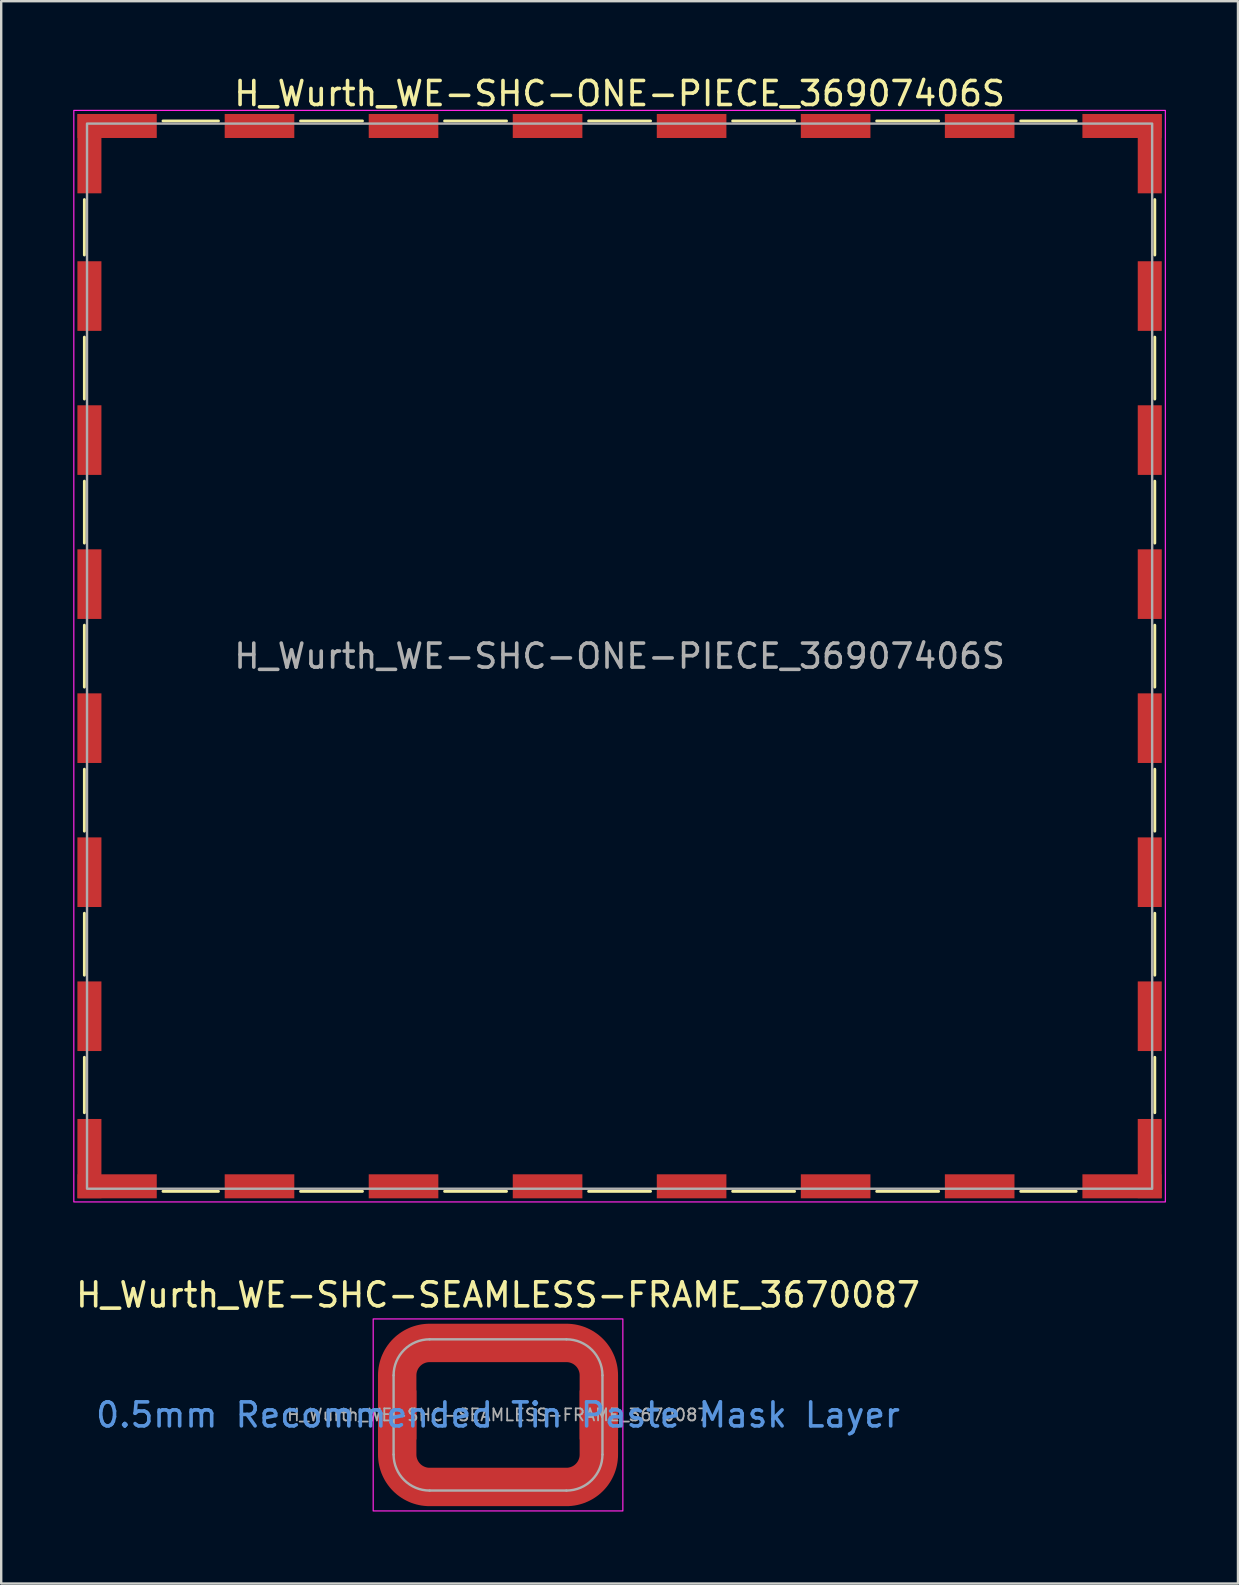
<source format=kicad_pcb>
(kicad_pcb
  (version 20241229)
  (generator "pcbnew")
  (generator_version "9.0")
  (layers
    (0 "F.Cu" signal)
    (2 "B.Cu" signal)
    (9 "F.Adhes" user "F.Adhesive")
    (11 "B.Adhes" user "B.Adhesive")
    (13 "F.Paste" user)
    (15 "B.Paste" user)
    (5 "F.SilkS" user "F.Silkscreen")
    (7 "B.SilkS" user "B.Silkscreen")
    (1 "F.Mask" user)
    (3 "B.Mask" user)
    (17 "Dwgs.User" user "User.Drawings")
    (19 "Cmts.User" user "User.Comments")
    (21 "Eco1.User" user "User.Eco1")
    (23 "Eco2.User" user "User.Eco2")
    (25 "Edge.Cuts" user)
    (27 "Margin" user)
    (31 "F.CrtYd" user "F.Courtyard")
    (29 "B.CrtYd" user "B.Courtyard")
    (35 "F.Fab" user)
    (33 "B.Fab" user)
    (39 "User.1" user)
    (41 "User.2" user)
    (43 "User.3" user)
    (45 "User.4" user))
  (footprint "H_Wurth_WE-SHC-ONE-PIECE_36907406S"
    (layer "F.Cu")
    (at 22.76 24.283)
    (property "Reference" "H_Wurth_WE-SHC-ONE-PIECE_36907406S" (at 0 -23.435 0) (unlocked yes) (layer "F.SilkS") (effects (font (size 1 1) (thickness 0.15))))
    (attr smd)
    (fp_line (start -22.295 -16.71) (end -22.295 -19.02) (stroke (width 0.12) (type default)) (layer "F.SilkS"))
    (fp_line (start -22.295 -10.71) (end -22.295 -13.29) (stroke (width 0.12) (type default)) (layer "F.SilkS"))
    (fp_line (start -22.295 -4.71) (end -22.295 -7.29) (stroke (width 0.12) (type default)) (layer "F.SilkS"))
    (fp_line (start -22.295 1.29) (end -22.295 -1.29) (stroke (width 0.12) (type default)) (layer "F.SilkS"))
    (fp_line (start -22.295 7.29) (end -22.295 4.71) (stroke (width 0.12) (type default)) (layer "F.SilkS"))
    (fp_line (start -22.295 13.29) (end -22.295 10.71) (stroke (width 0.12) (type default)) (layer "F.SilkS"))
    (fp_line (start -22.295 19.02) (end -22.295 16.71) (stroke (width 0.12) (type default)) (layer "F.SilkS"))
    (fp_line (start -19.02 -22.295) (end -16.71 -22.295) (stroke (width 0.12) (type default)) (layer "F.SilkS"))
    (fp_line (start -19.02 22.295) (end -16.71 22.295) (stroke (width 0.12) (type default)) (layer "F.SilkS"))
    (fp_line (start -13.29 -22.295) (end -10.71 -22.295) (stroke (width 0.12) (type default)) (layer "F.SilkS"))
    (fp_line (start -13.29 22.295) (end -10.71 22.295) (stroke (width 0.12) (type default)) (layer "F.SilkS"))
    (fp_line (start -7.29 -22.295) (end -4.71 -22.295) (stroke (width 0.12) (type default)) (layer "F.SilkS"))
    (fp_line (start -7.29 22.295) (end -4.71 22.295) (stroke (width 0.12) (type default)) (layer "F.SilkS"))
    (fp_line (start -1.29 -22.295) (end 1.29 -22.295) (stroke (width 0.12) (type default)) (layer "F.SilkS"))
    (fp_line (start -1.29 22.295) (end 1.29 22.295) (stroke (width 0.12) (type default)) (layer "F.SilkS"))
    (fp_line (start 4.71 -22.295) (end 7.29 -22.295) (stroke (width 0.12) (type default)) (layer "F.SilkS"))
    (fp_line (start 4.71 22.295) (end 7.29 22.295) (stroke (width 0.12) (type default)) (layer "F.SilkS"))
    (fp_line (start 10.71 -22.295) (end 13.29 -22.295) (stroke (width 0.12) (type default)) (layer "F.SilkS"))
    (fp_line (start 10.71 22.295) (end 13.29 22.295) (stroke (width 0.12) (type default)) (layer "F.SilkS"))
    (fp_line (start 16.71 -22.295) (end 19.02 -22.295) (stroke (width 0.12) (type default)) (layer "F.SilkS"))
    (fp_line (start 16.71 22.295) (end 19.02 22.295) (stroke (width 0.12) (type default)) (layer "F.SilkS"))
    (fp_line (start 22.295 -16.71) (end 22.295 -19.02) (stroke (width 0.12) (type default)) (layer "F.SilkS"))
    (fp_line (start 22.295 -10.71) (end 22.295 -13.29) (stroke (width 0.12) (type default)) (layer "F.SilkS"))
    (fp_line (start 22.295 -4.71) (end 22.295 -7.29) (stroke (width 0.12) (type default)) (layer "F.SilkS"))
    (fp_line (start 22.295 1.29) (end 22.295 -1.29) (stroke (width 0.12) (type default)) (layer "F.SilkS"))
    (fp_line (start 22.295 7.29) (end 22.295 4.71) (stroke (width 0.12) (type default)) (layer "F.SilkS"))
    (fp_line (start 22.295 13.29) (end 22.295 10.71) (stroke (width 0.12) (type default)) (layer "F.SilkS"))
    (fp_line (start 22.295 19.02) (end 22.295 16.71) (stroke (width 0.12) (type default)) (layer "F.SilkS"))
    (fp_rect (start -22.735 -22.735) (end 22.735 22.735) (stroke (width 0.05) (type solid)) (fill no) (layer "F.CrtYd"))
    (fp_rect (start -22.185 -22.185) (end 22.185 22.185) (stroke (width 0.1) (type solid)) (fill no) (layer "F.Fab"))
    (fp_text user "${REFERENCE}" (at 0 0 0) (unlocked yes) (layer "F.Fab") (effects (font (size 1 1) (thickness 0.15))))
    (pad "1" smd rect (at -22.085 -20.93 90) (size 3.3 1) (layers "F.Cu" "F.Mask" "F.Paste"))
    (pad "1" smd rect (at -22.085 -15 90) (size 2.9 1) (layers "F.Cu" "F.Mask" "F.Paste"))
    (pad "1" smd rect (at -22.085 -9 90) (size 2.9 1) (layers "F.Cu" "F.Mask" "F.Paste"))
    (pad "1" smd rect (at -22.085 -3 90) (size 2.9 1) (layers "F.Cu" "F.Mask" "F.Paste"))
    (pad "1" smd rect (at -22.085 3 90) (size 2.9 1) (layers "F.Cu" "F.Mask" "F.Paste"))
    (pad "1" smd rect (at -22.085 9 90) (size 2.9 1) (layers "F.Cu" "F.Mask" "F.Paste"))
    (pad "1" smd rect (at -22.085 15 90) (size 2.9 1) (layers "F.Cu" "F.Mask" "F.Paste"))
    (pad "1" smd rect (at -22.085 20.93 90) (size 3.3 1) (layers "F.Cu" "F.Mask" "F.Paste"))
    (pad "1" smd rect (at -20.93 -22.085) (size 3.3 1) (layers "F.Cu" "F.Mask" "F.Paste"))
    (pad "1" smd rect (at -20.93 22.085) (size 3.3 1) (layers "F.Cu" "F.Mask" "F.Paste"))
    (pad "1" smd rect (at -15 -22.085) (size 2.9 1) (layers "F.Cu" "F.Mask" "F.Paste"))
    (pad "1" smd rect (at -15 22.085) (size 2.9 1) (layers "F.Cu" "F.Mask" "F.Paste"))
    (pad "1" smd rect (at -9 -22.085) (size 2.9 1) (layers "F.Cu" "F.Mask" "F.Paste"))
    (pad "1" smd rect (at -9 22.085) (size 2.9 1) (layers "F.Cu" "F.Mask" "F.Paste"))
    (pad "1" smd rect (at -3 -22.085) (size 2.9 1) (layers "F.Cu" "F.Mask" "F.Paste"))
    (pad "1" smd rect (at -3 22.085) (size 2.9 1) (layers "F.Cu" "F.Mask" "F.Paste"))
    (pad "1" smd rect (at 3 -22.085) (size 2.9 1) (layers "F.Cu" "F.Mask" "F.Paste"))
    (pad "1" smd rect (at 3 22.085) (size 2.9 1) (layers "F.Cu" "F.Mask" "F.Paste"))
    (pad "1" smd rect (at 9 -22.085) (size 2.9 1) (layers "F.Cu" "F.Mask" "F.Paste"))
    (pad "1" smd rect (at 9 22.085) (size 2.9 1) (layers "F.Cu" "F.Mask" "F.Paste"))
    (pad "1" smd rect (at 15 -22.085) (size 2.9 1) (layers "F.Cu" "F.Mask" "F.Paste"))
    (pad "1" smd rect (at 15 22.085) (size 2.9 1) (layers "F.Cu" "F.Mask" "F.Paste"))
    (pad "1" smd rect (at 20.93 -22.085) (size 3.3 1) (layers "F.Cu" "F.Mask" "F.Paste"))
    (pad "1" smd rect (at 20.93 22.085) (size 3.3 1) (layers "F.Cu" "F.Mask" "F.Paste"))
    (pad "1" smd rect (at 22.085 -20.93 90) (size 3.3 1) (layers "F.Cu" "F.Mask" "F.Paste"))
    (pad "1" smd rect (at 22.085 -15 90) (size 2.9 1) (layers "F.Cu" "F.Mask" "F.Paste"))
    (pad "1" smd rect (at 22.085 -9 90) (size 2.9 1) (layers "F.Cu" "F.Mask" "F.Paste"))
    (pad "1" smd rect (at 22.085 -3 90) (size 2.9 1) (layers "F.Cu" "F.Mask" "F.Paste"))
    (pad "1" smd rect (at 22.085 3 90) (size 2.9 1) (layers "F.Cu" "F.Mask" "F.Paste"))
    (pad "1" smd rect (at 22.085 9 90) (size 2.9 1) (layers "F.Cu" "F.Mask" "F.Paste"))
    (pad "1" smd rect (at 22.085 15 90) (size 2.9 1) (layers "F.Cu" "F.Mask" "F.Paste"))
    (pad "1" smd rect (at 22.085 20.93 90) (size 3.3 1) (layers "F.Cu" "F.Mask" "F.Paste")))
  (footprint "H_Wurth_WE-SHC-SEAMLESS-FRAME_3670087"
    (layer "F.Cu")
    (at 17.696 55.892)
    (property "Reference" "H_Wurth_WE-SHC-SEAMLESS-FRAME_3670087" (at 0 -5 0) (unlocked yes) (layer "F.SilkS") (effects (font (size 1 1) (thickness 0.15))))
    (attr smd)
    (fp_rect (start -5.2 -4) (end 5.2 4) (stroke (width 0.05) (type default)) (fill no) (layer "F.CrtYd"))
    (fp_line (start -4.35 1.65) (end -4.35 -1.65) (stroke (width 0.1) (type solid)) (layer "F.Fab"))
    (fp_line (start -2.85 -3.15) (end 2.85 -3.15) (stroke (width 0.1) (type solid)) (layer "F.Fab"))
    (fp_line (start -2.85 3.15) (end 2.85 3.15) (stroke (width 0.1) (type solid)) (layer "F.Fab"))
    (fp_line (start 4.35 1.65) (end 4.35 -1.65) (stroke (width 0.1) (type solid)) (layer "F.Fab"))
    (fp_arc (start -4.35 -1.65) (mid -3.91066 -2.71066) (end -2.85 -3.15) (stroke (width 0.1) (type default)) (layer "F.Fab"))
    (fp_arc (start -2.85 3.15) (mid -3.91066 2.71066) (end -4.35 1.65) (stroke (width 0.1) (type default)) (layer "F.Fab"))
    (fp_arc (start 2.85 -3.15) (mid 3.91066 -2.71066) (end 4.35 -1.65) (stroke (width 0.1) (type default)) (layer "F.Fab"))
    (fp_arc (start 4.35 1.65) (mid 3.91066 2.71066) (end 2.85 3.15) (stroke (width 0.1) (type default)) (layer "F.Fab"))
    (fp_text user "0.5mm Recommended Tin Paste Mask Layer" (at 0 0 0) (unlocked yes) (layer "Cmts.User") (effects (font (size 1 1) (thickness 0.15))))
    (fp_text user "${REFERENCE}" (at 0 0 0) (unlocked yes) (layer "F.Fab") (effects (font (size 0.5 0.5) (thickness 0.075))))
    (pad "1" smd custom (at 0 -3) (size 5.7 1.5) (layers "F.Cu" "F.Mask" "F.Paste") (options (anchor rect)) (primitives (gr_poly (pts (xy -3.45 4) (xy -4.95 4) (xy -4.95 1.35) (xy -4.947 1.24) (xy -4.938 1.13) (xy -4.924 1.021) (xy -4.904 0.913) (xy -4.878 0.806) (xy -4.847 0.701) (xy -4.811 0.597) (xy -4.768 0.496) (xy -4.721 0.397) (xy -4.669 0.3) (xy -4.611 0.206) (xy -4.549 0.116) (xy -4.482 0.028) (xy -4.411 -0.055) (xy -4.335 -0.135) (xy -4.255 -0.211) (xy -4.172 -0.282) (xy -4.084 -0.349) (xy -3.994 -0.411) (xy -3.9 -0.469) (xy -3.803 -0.521) (xy -3.704 -0.568) (xy -3.603 -0.611) (xy -3.499 -0.647) (xy -3.394 -0.678) (xy -3.287 -0.704) (xy -3.179 -0.724) (xy -3.07 -0.738) (xy -2.96 -0.747) (xy -2.85 -0.75) (xy 2.85 -0.75) (xy 2.96 -0.747) (xy 3.07 -0.738) (xy 3.179 -0.724) (xy 3.287 -0.704) (xy 3.394 -0.678) (xy 3.499 -0.647) (xy 3.603 -0.611) (xy 3.704 -0.568) (xy 3.803 -0.521) (xy 3.9 -0.469) (xy 3.994 -0.411) (xy 4.084 -0.349) (xy 4.172 -0.282) (xy 4.255 -0.211) (xy 4.335 -0.135) (xy 4.411 -0.055) (xy 4.482 0.028) (xy 4.549 0.116) (xy 4.611 0.206) (xy 4.669 0.3) (xy 4.721 0.397) (xy 4.768 0.496) (xy 4.811 0.597) (xy 4.847 0.701) (xy 4.878 0.806) (xy 4.904 0.913) (xy 4.924 1.021) (xy 4.938 1.13) (xy 4.947 1.24) (xy 4.95 1.35) (xy 4.95 4) (xy 3.45 4) (xy 3.45 1.35) (xy 3.449 1.319) (xy 3.447 1.287) (xy 3.443 1.256) (xy 3.437 1.225) (xy 3.43 1.195) (xy 3.421 1.165) (xy 3.41 1.135) (xy 3.398 1.106) (xy 3.385 1.078) (xy 3.37 1.05) (xy 3.353 1.023) (xy 3.335 0.997) (xy 3.316 0.972) (xy 3.296 0.949) (xy 3.274 0.926) (xy 3.251 0.904) (xy 3.228 0.884) (xy 3.203 0.865) (xy 3.177 0.847) (xy 3.15 0.83) (xy 3.122 0.815) (xy 3.094 0.802) (xy 3.065 0.79) (xy 3.035 0.779) (xy 3.005 0.77) (xy 2.975 0.763) (xy 2.944 0.757) (xy 2.913 0.753) (xy 2.881 0.751) (xy 2.85 0.75) (xy -2.85 0.75) (xy -2.881 0.751) (xy -2.913 0.753) (xy -2.944 0.757) (xy -2.975 0.763) (xy -3.005 0.77) (xy -3.035 0.779) (xy -3.065 0.79) (xy -3.094 0.802) (xy -3.122 0.815) (xy -3.15 0.83) (xy -3.177 0.847) (xy -3.203 0.865) (xy -3.228 0.884) (xy -3.251 0.904) (xy -3.274 0.926) (xy -3.296 0.949) (xy -3.316 0.972) (xy -3.335 0.997) (xy -3.353 1.023) (xy -3.37 1.05) (xy -3.385 1.078) (xy -3.398 1.106) (xy -3.41 1.135) (xy -3.421 1.165) (xy -3.43 1.195) (xy -3.437 1.225) (xy -3.443 1.256) (xy -3.447 1.287) (xy -3.449 1.319) (xy -3.45 1.35) (xy -3.45 4)) (width 0.1) (fill yes))))
    (pad "1" smd custom (at 4.2 0) (size 1.5 3.3) (layers "F.Cu" "F.Mask" "F.Paste") (options (anchor rect)) (primitives (gr_poly (pts (xy -0.75 -1) (xy 0.75 -1) (xy 0.75 1.65) (xy 0.747 1.76) (xy 0.738 1.87) (xy 0.724 1.979) (xy 0.704 2.087) (xy 0.678 2.194) (xy 0.647 2.299) (xy 0.611 2.403) (xy 0.568 2.504) (xy 0.521 2.603) (xy 0.469 2.7) (xy 0.411 2.794) (xy 0.349 2.884) (xy 0.282 2.972) (xy 0.211 3.055) (xy 0.135 3.135) (xy 0.055 3.211) (xy -0.028 3.282) (xy -0.116 3.349) (xy -0.206 3.411) (xy -0.3 3.469) (xy -0.397 3.521) (xy -0.496 3.568) (xy -0.597 3.611) (xy -0.701 3.647) (xy -0.806 3.678) (xy -0.913 3.704) (xy -1.021 3.724) (xy -1.13 3.738) (xy -1.24 3.747) (xy -1.35 3.75) (xy -7.05 3.75) (xy -7.16 3.747) (xy -7.27 3.738) (xy -7.379 3.724) (xy -7.487 3.704) (xy -7.594 3.678) (xy -7.699 3.647) (xy -7.803 3.611) (xy -7.904 3.568) (xy -8.003 3.521) (xy -8.1 3.469) (xy -8.194 3.411) (xy -8.284 3.349) (xy -8.372 3.282) (xy -8.455 3.211) (xy -8.535 3.135) (xy -8.611 3.055) (xy -8.682 2.972) (xy -8.749 2.884) (xy -8.811 2.794) (xy -8.869 2.7) (xy -8.921 2.603) (xy -8.968 2.504) (xy -9.011 2.403) (xy -9.047 2.299) (xy -9.078 2.194) (xy -9.104 2.087) (xy -9.124 1.979) (xy -9.138 1.87) (xy -9.147 1.76) (xy -9.15 1.65) (xy -9.15 -1) (xy -7.65 -1) (xy -7.65 1.65) (xy -7.649 1.681) (xy -7.647 1.713) (xy -7.643 1.744) (xy -7.637 1.775) (xy -7.63 1.805) (xy -7.621 1.835) (xy -7.61 1.865) (xy -7.598 1.894) (xy -7.585 1.922) (xy -7.57 1.95) (xy -7.553 1.977) (xy -7.535 2.003) (xy -7.516 2.028) (xy -7.496 2.051) (xy -7.474 2.074) (xy -7.451 2.096) (xy -7.428 2.116) (xy -7.403 2.135) (xy -7.377 2.153) (xy -7.35 2.17) (xy -7.322 2.185) (xy -7.294 2.198) (xy -7.265 2.21) (xy -7.235 2.221) (xy -7.205 2.23) (xy -7.175 2.237) (xy -7.144 2.243) (xy -7.113 2.247) (xy -7.081 2.249) (xy -7.05 2.25) (xy -1.35 2.25) (xy -1.319 2.249) (xy -1.287 2.247) (xy -1.256 2.243) (xy -1.225 2.237) (xy -1.195 2.23) (xy -1.165 2.221) (xy -1.135 2.21) (xy -1.106 2.198) (xy -1.078 2.185) (xy -1.05 2.17) (xy -1.023 2.153) (xy -0.997 2.135) (xy -0.972 2.116) (xy -0.949 2.096) (xy -0.926 2.074) (xy -0.904 2.051) (xy -0.884 2.028) (xy -0.865 2.003) (xy -0.847 1.977) (xy -0.83 1.95) (xy -0.815 1.922) (xy -0.802 1.894) (xy -0.79 1.865) (xy -0.779 1.835) (xy -0.77 1.805) (xy -0.763 1.775) (xy -0.757 1.744) (xy -0.753 1.713) (xy -0.751 1.681) (xy -0.75 1.65) (xy -0.75 -1)) (width 0.1) (fill yes)))))
  (gr_rect
    (start -3 -3)
    (end 48.52 62.916)
    (stroke (width 0.1) (type default))
    (fill no)
    (layer "Edge.Cuts")))
</source>
